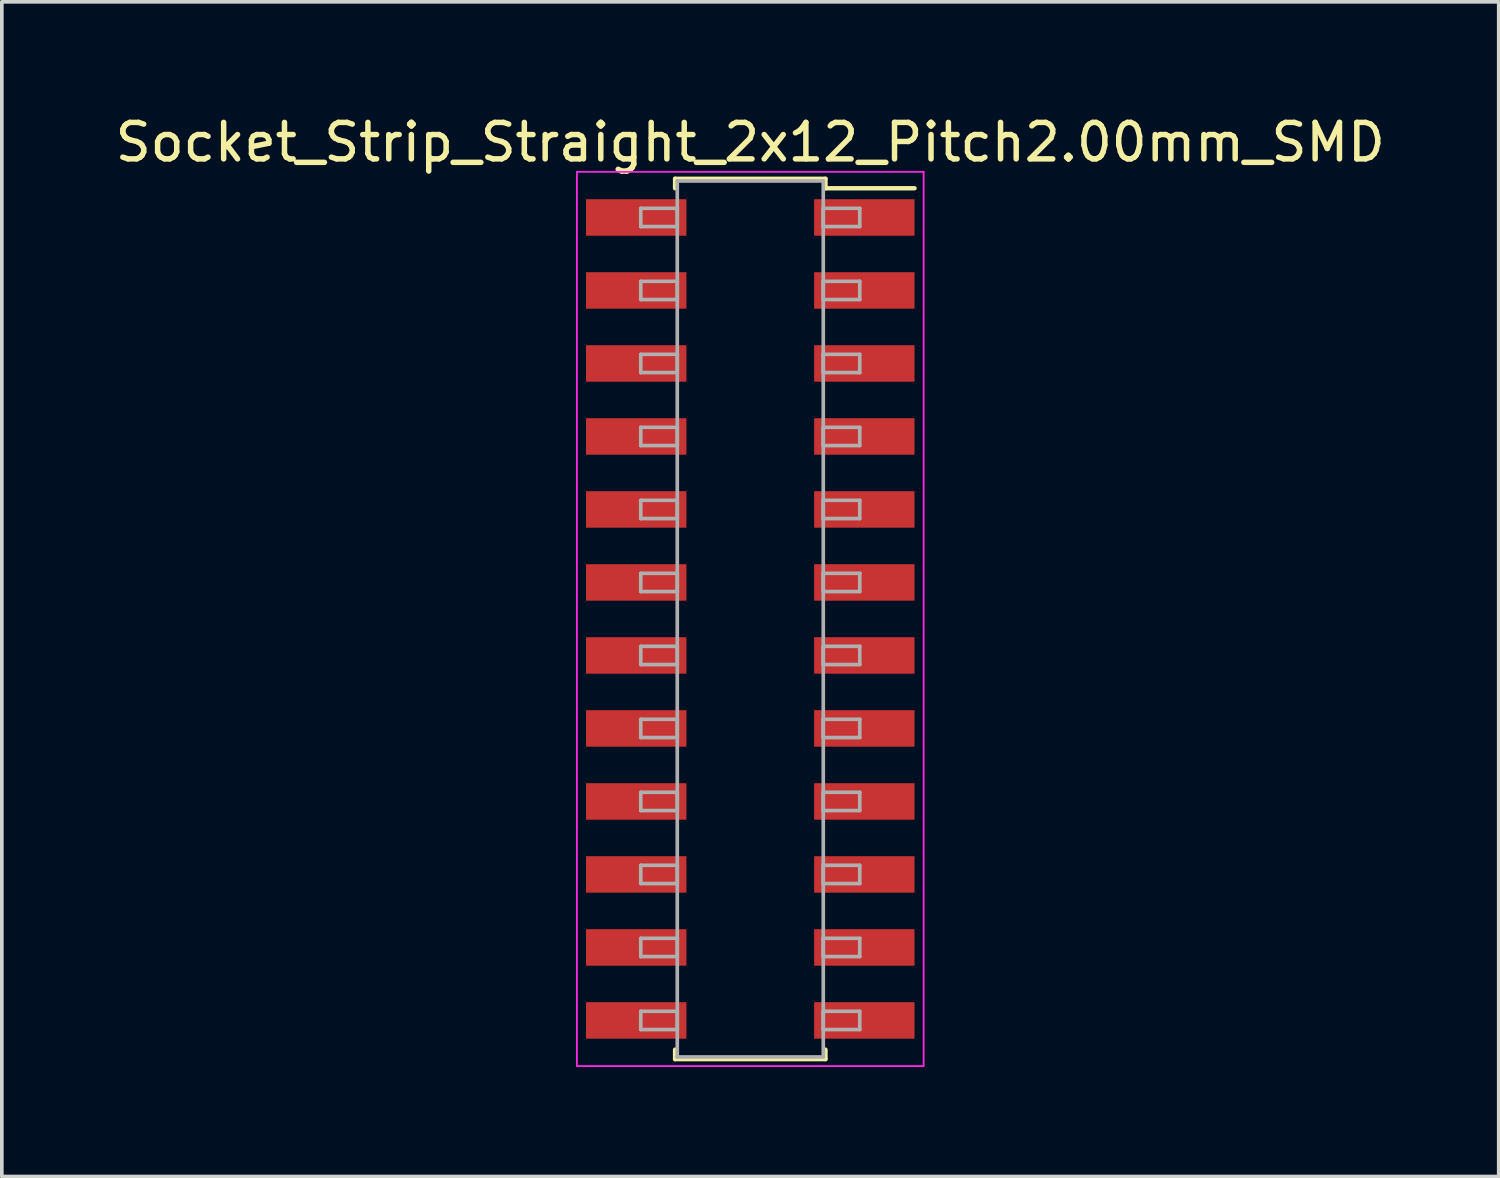
<source format=kicad_pcb>
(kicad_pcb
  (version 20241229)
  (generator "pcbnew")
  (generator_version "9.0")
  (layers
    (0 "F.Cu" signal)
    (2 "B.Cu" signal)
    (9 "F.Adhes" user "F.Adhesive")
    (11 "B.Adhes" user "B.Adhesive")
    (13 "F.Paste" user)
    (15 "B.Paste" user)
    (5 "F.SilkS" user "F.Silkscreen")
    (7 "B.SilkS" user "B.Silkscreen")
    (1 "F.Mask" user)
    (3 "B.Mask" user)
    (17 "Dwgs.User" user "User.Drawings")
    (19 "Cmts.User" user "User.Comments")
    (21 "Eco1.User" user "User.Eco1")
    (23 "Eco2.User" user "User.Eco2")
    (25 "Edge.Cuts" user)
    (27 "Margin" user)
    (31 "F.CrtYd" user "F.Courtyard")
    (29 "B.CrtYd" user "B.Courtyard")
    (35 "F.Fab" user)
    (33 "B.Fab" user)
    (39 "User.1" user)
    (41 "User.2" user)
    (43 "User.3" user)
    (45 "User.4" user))
  (footprint "Socket_Strip_Straight_2x12_Pitch2.00mm_SMD"
    (layer "F.Cu")
    (at 17.506 13.908)
    (property "Reference" "Socket_Strip_Straight_2x12_Pitch2.00mm_SMD" (at 0 -13.06 0) (layer "F.SilkS") (effects (font (size 1 1) (thickness 0.15))))
    (attr smd)
    (fp_line (start -2.06 -12.06) (end 2.06 -12.06) (stroke (width 0.12) (type solid)) (layer "F.SilkS"))
    (fp_line (start -2.06 -11.8) (end -2.06 -12.06) (stroke (width 0.12) (type solid)) (layer "F.SilkS"))
    (fp_line (start -2.06 11.8) (end -2.06 12.06) (stroke (width 0.12) (type solid)) (layer "F.SilkS"))
    (fp_line (start -2.06 12.06) (end 2.06 12.06) (stroke (width 0.12) (type solid)) (layer "F.SilkS"))
    (fp_line (start 2.06 -12.06) (end 2.06 -11.8) (stroke (width 0.12) (type solid)) (layer "F.SilkS"))
    (fp_line (start 2.06 12.06) (end 2.06 11.8) (stroke (width 0.12) (type solid)) (layer "F.SilkS"))
    (fp_line (start 4.5 -11.8) (end 2.06 -11.8) (stroke (width 0.12) (type solid)) (layer "F.SilkS"))
    (fp_line (start -4.75 -12.25) (end -4.75 12.25) (stroke (width 0.05) (type solid)) (layer "F.CrtYd"))
    (fp_line (start -4.75 12.25) (end 4.75 12.25) (stroke (width 0.05) (type solid)) (layer "F.CrtYd"))
    (fp_line (start 4.75 -12.25) (end -4.75 -12.25) (stroke (width 0.05) (type solid)) (layer "F.CrtYd"))
    (fp_line (start 4.75 12.25) (end 4.75 -12.25) (stroke (width 0.05) (type solid)) (layer "F.CrtYd"))
    (fp_line (start -3 -11.25) (end -2 -11.25) (stroke (width 0.1) (type solid)) (layer "F.Fab"))
    (fp_line (start -3 -10.75) (end -3 -11.25) (stroke (width 0.1) (type solid)) (layer "F.Fab"))
    (fp_line (start -3 -9.25) (end -2 -9.25) (stroke (width 0.1) (type solid)) (layer "F.Fab"))
    (fp_line (start -3 -8.75) (end -3 -9.25) (stroke (width 0.1) (type solid)) (layer "F.Fab"))
    (fp_line (start -3 -7.25) (end -2 -7.25) (stroke (width 0.1) (type solid)) (layer "F.Fab"))
    (fp_line (start -3 -6.75) (end -3 -7.25) (stroke (width 0.1) (type solid)) (layer "F.Fab"))
    (fp_line (start -3 -5.25) (end -2 -5.25) (stroke (width 0.1) (type solid)) (layer "F.Fab"))
    (fp_line (start -3 -4.75) (end -3 -5.25) (stroke (width 0.1) (type solid)) (layer "F.Fab"))
    (fp_line (start -3 -3.25) (end -2 -3.25) (stroke (width 0.1) (type solid)) (layer "F.Fab"))
    (fp_line (start -3 -2.75) (end -3 -3.25) (stroke (width 0.1) (type solid)) (layer "F.Fab"))
    (fp_line (start -3 -1.25) (end -2 -1.25) (stroke (width 0.1) (type solid)) (layer "F.Fab"))
    (fp_line (start -3 -0.75) (end -3 -1.25) (stroke (width 0.1) (type solid)) (layer "F.Fab"))
    (fp_line (start -3 0.75) (end -2 0.75) (stroke (width 0.1) (type solid)) (layer "F.Fab"))
    (fp_line (start -3 1.25) (end -3 0.75) (stroke (width 0.1) (type solid)) (layer "F.Fab"))
    (fp_line (start -3 2.75) (end -2 2.75) (stroke (width 0.1) (type solid)) (layer "F.Fab"))
    (fp_line (start -3 3.25) (end -3 2.75) (stroke (width 0.1) (type solid)) (layer "F.Fab"))
    (fp_line (start -3 4.75) (end -2 4.75) (stroke (width 0.1) (type solid)) (layer "F.Fab"))
    (fp_line (start -3 5.25) (end -3 4.75) (stroke (width 0.1) (type solid)) (layer "F.Fab"))
    (fp_line (start -3 6.75) (end -2 6.75) (stroke (width 0.1) (type solid)) (layer "F.Fab"))
    (fp_line (start -3 7.25) (end -3 6.75) (stroke (width 0.1) (type solid)) (layer "F.Fab"))
    (fp_line (start -3 8.75) (end -2 8.75) (stroke (width 0.1) (type solid)) (layer "F.Fab"))
    (fp_line (start -3 9.25) (end -3 8.75) (stroke (width 0.1) (type solid)) (layer "F.Fab"))
    (fp_line (start -3 10.75) (end -2 10.75) (stroke (width 0.1) (type solid)) (layer "F.Fab"))
    (fp_line (start -3 11.25) (end -3 10.75) (stroke (width 0.1) (type solid)) (layer "F.Fab"))
    (fp_line (start -2 -12) (end -2 12) (stroke (width 0.1) (type solid)) (layer "F.Fab"))
    (fp_line (start -2 -11.25) (end -2 -10.75) (stroke (width 0.1) (type solid)) (layer "F.Fab"))
    (fp_line (start -2 -10.75) (end -3 -10.75) (stroke (width 0.1) (type solid)) (layer "F.Fab"))
    (fp_line (start -2 -9.25) (end -2 -8.75) (stroke (width 0.1) (type solid)) (layer "F.Fab"))
    (fp_line (start -2 -8.75) (end -3 -8.75) (stroke (width 0.1) (type solid)) (layer "F.Fab"))
    (fp_line (start -2 -7.25) (end -2 -6.75) (stroke (width 0.1) (type solid)) (layer "F.Fab"))
    (fp_line (start -2 -6.75) (end -3 -6.75) (stroke (width 0.1) (type solid)) (layer "F.Fab"))
    (fp_line (start -2 -5.25) (end -2 -4.75) (stroke (width 0.1) (type solid)) (layer "F.Fab"))
    (fp_line (start -2 -4.75) (end -3 -4.75) (stroke (width 0.1) (type solid)) (layer "F.Fab"))
    (fp_line (start -2 -3.25) (end -2 -2.75) (stroke (width 0.1) (type solid)) (layer "F.Fab"))
    (fp_line (start -2 -2.75) (end -3 -2.75) (stroke (width 0.1) (type solid)) (layer "F.Fab"))
    (fp_line (start -2 -1.25) (end -2 -0.75) (stroke (width 0.1) (type solid)) (layer "F.Fab"))
    (fp_line (start -2 -0.75) (end -3 -0.75) (stroke (width 0.1) (type solid)) (layer "F.Fab"))
    (fp_line (start -2 0.75) (end -2 1.25) (stroke (width 0.1) (type solid)) (layer "F.Fab"))
    (fp_line (start -2 1.25) (end -3 1.25) (stroke (width 0.1) (type solid)) (layer "F.Fab"))
    (fp_line (start -2 2.75) (end -2 3.25) (stroke (width 0.1) (type solid)) (layer "F.Fab"))
    (fp_line (start -2 3.25) (end -3 3.25) (stroke (width 0.1) (type solid)) (layer "F.Fab"))
    (fp_line (start -2 4.75) (end -2 5.25) (stroke (width 0.1) (type solid)) (layer "F.Fab"))
    (fp_line (start -2 5.25) (end -3 5.25) (stroke (width 0.1) (type solid)) (layer "F.Fab"))
    (fp_line (start -2 6.75) (end -2 7.25) (stroke (width 0.1) (type solid)) (layer "F.Fab"))
    (fp_line (start -2 7.25) (end -3 7.25) (stroke (width 0.1) (type solid)) (layer "F.Fab"))
    (fp_line (start -2 8.75) (end -2 9.25) (stroke (width 0.1) (type solid)) (layer "F.Fab"))
    (fp_line (start -2 9.25) (end -3 9.25) (stroke (width 0.1) (type solid)) (layer "F.Fab"))
    (fp_line (start -2 10.75) (end -2 11.25) (stroke (width 0.1) (type solid)) (layer "F.Fab"))
    (fp_line (start -2 11.25) (end -3 11.25) (stroke (width 0.1) (type solid)) (layer "F.Fab"))
    (fp_line (start -2 12) (end 2 12) (stroke (width 0.1) (type solid)) (layer "F.Fab"))
    (fp_line (start 2 -12) (end -2 -12) (stroke (width 0.1) (type solid)) (layer "F.Fab"))
    (fp_line (start 2 -11.25) (end 2 -10.75) (stroke (width 0.1) (type solid)) (layer "F.Fab"))
    (fp_line (start 2 -10.75) (end 3 -10.75) (stroke (width 0.1) (type solid)) (layer "F.Fab"))
    (fp_line (start 2 -9.25) (end 2 -8.75) (stroke (width 0.1) (type solid)) (layer "F.Fab"))
    (fp_line (start 2 -8.75) (end 3 -8.75) (stroke (width 0.1) (type solid)) (layer "F.Fab"))
    (fp_line (start 2 -7.25) (end 2 -6.75) (stroke (width 0.1) (type solid)) (layer "F.Fab"))
    (fp_line (start 2 -6.75) (end 3 -6.75) (stroke (width 0.1) (type solid)) (layer "F.Fab"))
    (fp_line (start 2 -5.25) (end 2 -4.75) (stroke (width 0.1) (type solid)) (layer "F.Fab"))
    (fp_line (start 2 -4.75) (end 3 -4.75) (stroke (width 0.1) (type solid)) (layer "F.Fab"))
    (fp_line (start 2 -3.25) (end 2 -2.75) (stroke (width 0.1) (type solid)) (layer "F.Fab"))
    (fp_line (start 2 -2.75) (end 3 -2.75) (stroke (width 0.1) (type solid)) (layer "F.Fab"))
    (fp_line (start 2 -1.25) (end 2 -0.75) (stroke (width 0.1) (type solid)) (layer "F.Fab"))
    (fp_line (start 2 -0.75) (end 3 -0.75) (stroke (width 0.1) (type solid)) (layer "F.Fab"))
    (fp_line (start 2 0.75) (end 2 1.25) (stroke (width 0.1) (type solid)) (layer "F.Fab"))
    (fp_line (start 2 1.25) (end 3 1.25) (stroke (width 0.1) (type solid)) (layer "F.Fab"))
    (fp_line (start 2 2.75) (end 2 3.25) (stroke (width 0.1) (type solid)) (layer "F.Fab"))
    (fp_line (start 2 3.25) (end 3 3.25) (stroke (width 0.1) (type solid)) (layer "F.Fab"))
    (fp_line (start 2 4.75) (end 2 5.25) (stroke (width 0.1) (type solid)) (layer "F.Fab"))
    (fp_line (start 2 5.25) (end 3 5.25) (stroke (width 0.1) (type solid)) (layer "F.Fab"))
    (fp_line (start 2 6.75) (end 2 7.25) (stroke (width 0.1) (type solid)) (layer "F.Fab"))
    (fp_line (start 2 7.25) (end 3 7.25) (stroke (width 0.1) (type solid)) (layer "F.Fab"))
    (fp_line (start 2 8.75) (end 2 9.25) (stroke (width 0.1) (type solid)) (layer "F.Fab"))
    (fp_line (start 2 9.25) (end 3 9.25) (stroke (width 0.1) (type solid)) (layer "F.Fab"))
    (fp_line (start 2 10.75) (end 2 11.25) (stroke (width 0.1) (type solid)) (layer "F.Fab"))
    (fp_line (start 2 11.25) (end 3 11.25) (stroke (width 0.1) (type solid)) (layer "F.Fab"))
    (fp_line (start 2 12) (end 2 -12) (stroke (width 0.1) (type solid)) (layer "F.Fab"))
    (fp_line (start 3 -11.25) (end 2 -11.25) (stroke (width 0.1) (type solid)) (layer "F.Fab"))
    (fp_line (start 3 -10.75) (end 3 -11.25) (stroke (width 0.1) (type solid)) (layer "F.Fab"))
    (fp_line (start 3 -9.25) (end 2 -9.25) (stroke (width 0.1) (type solid)) (layer "F.Fab"))
    (fp_line (start 3 -8.75) (end 3 -9.25) (stroke (width 0.1) (type solid)) (layer "F.Fab"))
    (fp_line (start 3 -7.25) (end 2 -7.25) (stroke (width 0.1) (type solid)) (layer "F.Fab"))
    (fp_line (start 3 -6.75) (end 3 -7.25) (stroke (width 0.1) (type solid)) (layer "F.Fab"))
    (fp_line (start 3 -5.25) (end 2 -5.25) (stroke (width 0.1) (type solid)) (layer "F.Fab"))
    (fp_line (start 3 -4.75) (end 3 -5.25) (stroke (width 0.1) (type solid)) (layer "F.Fab"))
    (fp_line (start 3 -3.25) (end 2 -3.25) (stroke (width 0.1) (type solid)) (layer "F.Fab"))
    (fp_line (start 3 -2.75) (end 3 -3.25) (stroke (width 0.1) (type solid)) (layer "F.Fab"))
    (fp_line (start 3 -1.25) (end 2 -1.25) (stroke (width 0.1) (type solid)) (layer "F.Fab"))
    (fp_line (start 3 -0.75) (end 3 -1.25) (stroke (width 0.1) (type solid)) (layer "F.Fab"))
    (fp_line (start 3 0.75) (end 2 0.75) (stroke (width 0.1) (type solid)) (layer "F.Fab"))
    (fp_line (start 3 1.25) (end 3 0.75) (stroke (width 0.1) (type solid)) (layer "F.Fab"))
    (fp_line (start 3 2.75) (end 2 2.75) (stroke (width 0.1) (type solid)) (layer "F.Fab"))
    (fp_line (start 3 3.25) (end 3 2.75) (stroke (width 0.1) (type solid)) (layer "F.Fab"))
    (fp_line (start 3 4.75) (end 2 4.75) (stroke (width 0.1) (type solid)) (layer "F.Fab"))
    (fp_line (start 3 5.25) (end 3 4.75) (stroke (width 0.1) (type solid)) (layer "F.Fab"))
    (fp_line (start 3 6.75) (end 2 6.75) (stroke (width 0.1) (type solid)) (layer "F.Fab"))
    (fp_line (start 3 7.25) (end 3 6.75) (stroke (width 0.1) (type solid)) (layer "F.Fab"))
    (fp_line (start 3 8.75) (end 2 8.75) (stroke (width 0.1) (type solid)) (layer "F.Fab"))
    (fp_line (start 3 9.25) (end 3 8.75) (stroke (width 0.1) (type solid)) (layer "F.Fab"))
    (fp_line (start 3 10.75) (end 2 10.75) (stroke (width 0.1) (type solid)) (layer "F.Fab"))
    (fp_line (start 3 11.25) (end 3 10.75) (stroke (width 0.1) (type solid)) (layer "F.Fab"))
    (pad "1" smd rect (at 3.125 -11) (size 2.75 1) (layers "F.Cu" "F.Mask"))
    (pad "2" smd rect (at -3.125 -11) (size 2.75 1) (layers "F.Cu" "F.Mask"))
    (pad "3" smd rect (at 3.125 -9) (size 2.75 1) (layers "F.Cu" "F.Mask"))
    (pad "4" smd rect (at -3.125 -9) (size 2.75 1) (layers "F.Cu" "F.Mask"))
    (pad "5" smd rect (at 3.125 -7) (size 2.75 1) (layers "F.Cu" "F.Mask"))
    (pad "6" smd rect (at -3.125 -7) (size 2.75 1) (layers "F.Cu" "F.Mask"))
    (pad "7" smd rect (at 3.125 -5) (size 2.75 1) (layers "F.Cu" "F.Mask"))
    (pad "8" smd rect (at -3.125 -5) (size 2.75 1) (layers "F.Cu" "F.Mask"))
    (pad "9" smd rect (at 3.125 -3) (size 2.75 1) (layers "F.Cu" "F.Mask"))
    (pad "10" smd rect (at -3.125 -3) (size 2.75 1) (layers "F.Cu" "F.Mask"))
    (pad "11" smd rect (at 3.125 -1) (size 2.75 1) (layers "F.Cu" "F.Mask"))
    (pad "12" smd rect (at -3.125 -1) (size 2.75 1) (layers "F.Cu" "F.Mask"))
    (pad "13" smd rect (at 3.125 1) (size 2.75 1) (layers "F.Cu" "F.Mask"))
    (pad "14" smd rect (at -3.125 1) (size 2.75 1) (layers "F.Cu" "F.Mask"))
    (pad "15" smd rect (at 3.125 3) (size 2.75 1) (layers "F.Cu" "F.Mask"))
    (pad "16" smd rect (at -3.125 3) (size 2.75 1) (layers "F.Cu" "F.Mask"))
    (pad "17" smd rect (at 3.125 5) (size 2.75 1) (layers "F.Cu" "F.Mask"))
    (pad "18" smd rect (at -3.125 5) (size 2.75 1) (layers "F.Cu" "F.Mask"))
    (pad "19" smd rect (at 3.125 7) (size 2.75 1) (layers "F.Cu" "F.Mask"))
    (pad "20" smd rect (at -3.125 7) (size 2.75 1) (layers "F.Cu" "F.Mask"))
    (pad "21" smd rect (at 3.125 9) (size 2.75 1) (layers "F.Cu" "F.Mask"))
    (pad "22" smd rect (at -3.125 9) (size 2.75 1) (layers "F.Cu" "F.Mask"))
    (pad "23" smd rect (at 3.125 11) (size 2.75 1) (layers "F.Cu" "F.Mask"))
    (pad "24" smd rect (at -3.125 11) (size 2.75 1) (layers "F.Cu" "F.Mask")))
  (gr_rect
    (start -3 -3)
    (end 38.012 29.183)
    (stroke (width 0.1) (type default))
    (fill no)
    (layer "Edge.Cuts")))
</source>
